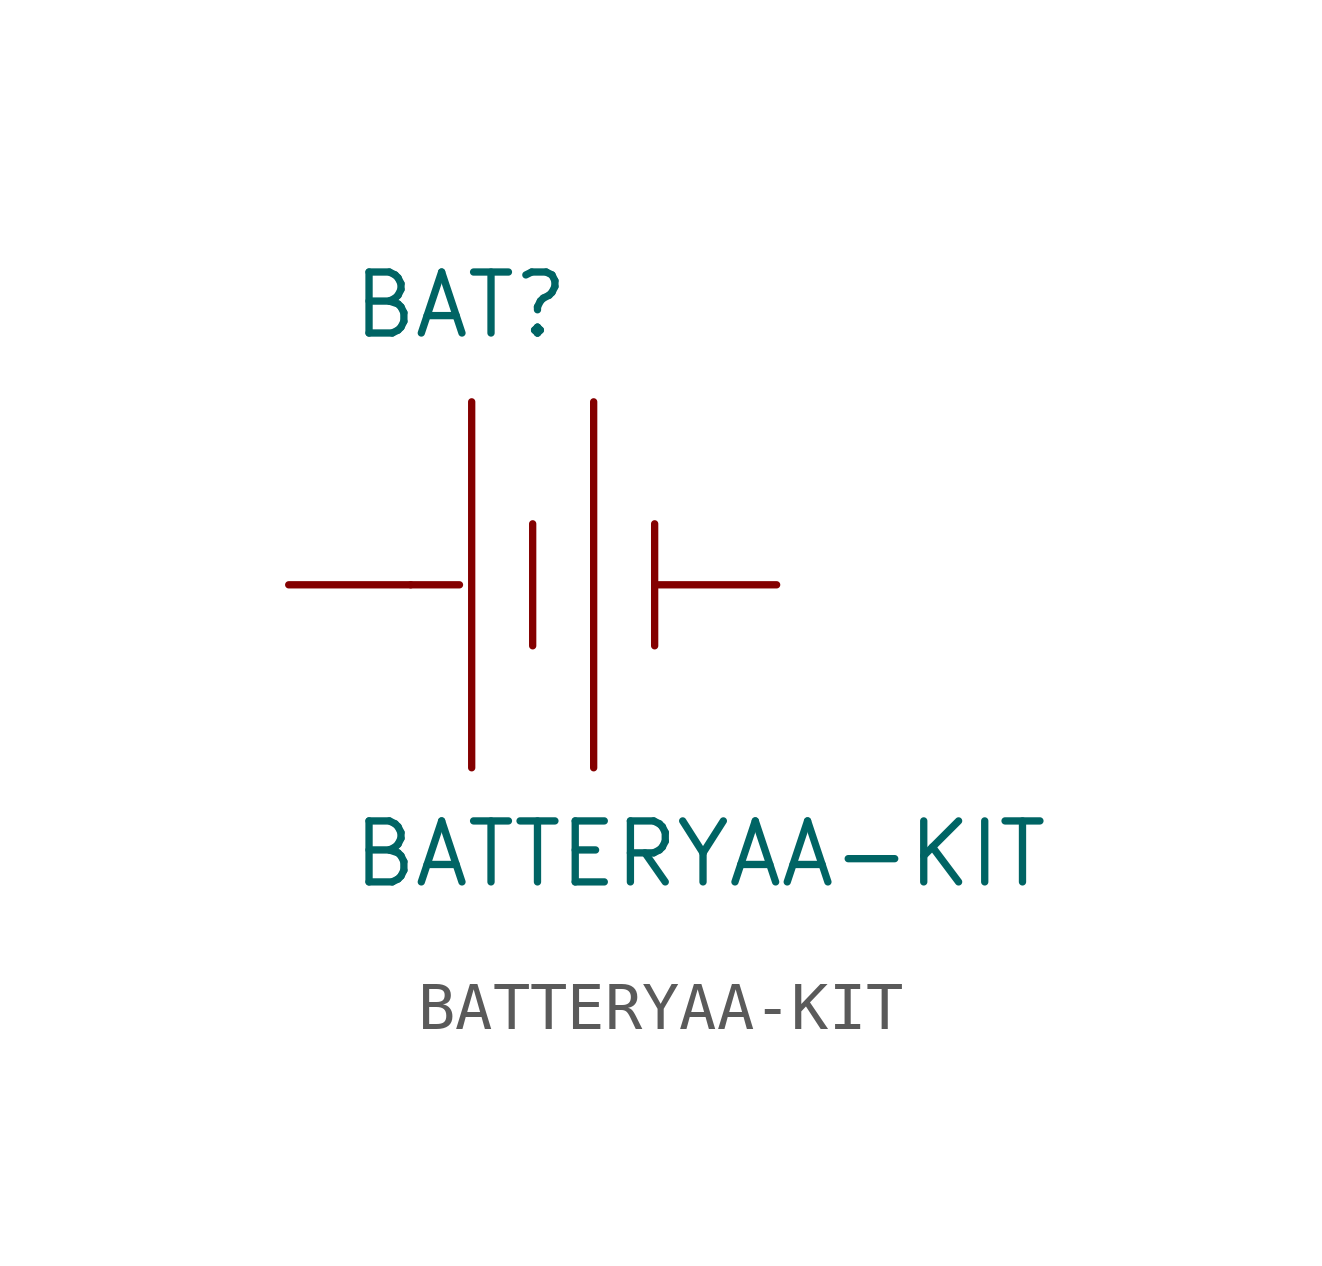
<source format=kicad_sym>
(kicad_symbol_lib
  (version 20211014)
  (generator kicad_symbol_editor)
  (symbol "BATTERYAA-KIT"
    (pin_numbers hide)
    (pin_names
      (offset 1.016) hide)
    (property "Reference" "BAT"
      (at -3.81 5.08 0)
      (effects (font (size 1.27 1.27)) (justify left bottom)))
    (property "Value" "BATTERYAA-KIT"
      (at -3.81 -6.35 0)
      (effects (font (size 1.27 1.27)) (justify left bottom)))
    (property "ki_locked" ""
      (at 0 0 0)
      (effects (font (size 1.27 1.27))))
    (symbol "BATTERYAA-KIT_1_0"
      (polyline (pts (xy -2.54 0) (xy -1.524 0)) (stroke (width 0) (type default) (color 0 0 0 0)) (fill (type none)))
      (polyline (pts (xy -1.27 3.81) (xy -1.27 -3.81)) (stroke (width 0) (type default) (color 0 0 0 0)) (fill (type none)))
      (polyline (pts (xy 0 1.27) (xy 0 -1.27)) (stroke (width 0) (type default) (color 0 0 0 0)) (fill (type none)))
      (polyline (pts (xy 1.27 3.81) (xy 1.27 -3.81)) (stroke (width 0) (type default) (color 0 0 0 0)) (fill (type none)))
      (polyline (pts (xy 2.54 1.27) (xy 2.54 -1.27)) (stroke (width 0) (type default) (color 0 0 0 0)) (fill (type none))))
    (symbol "BATTERYAA-KIT_1_1"
      (pin power_in line (at 5.08 0 180) (length 2.54) (name "-" (effects (font (size 1.016 1.016)))) (number "GND@1" (effects (font (size 1.016 1.016)))))
      (pin power_in line (at -5.08 0 0) (length 2.54) (name "+" (effects (font (size 1.016 1.016)))) (number "PWR@1" (effects (font (size 1.016 1.016))))))))
</source>
